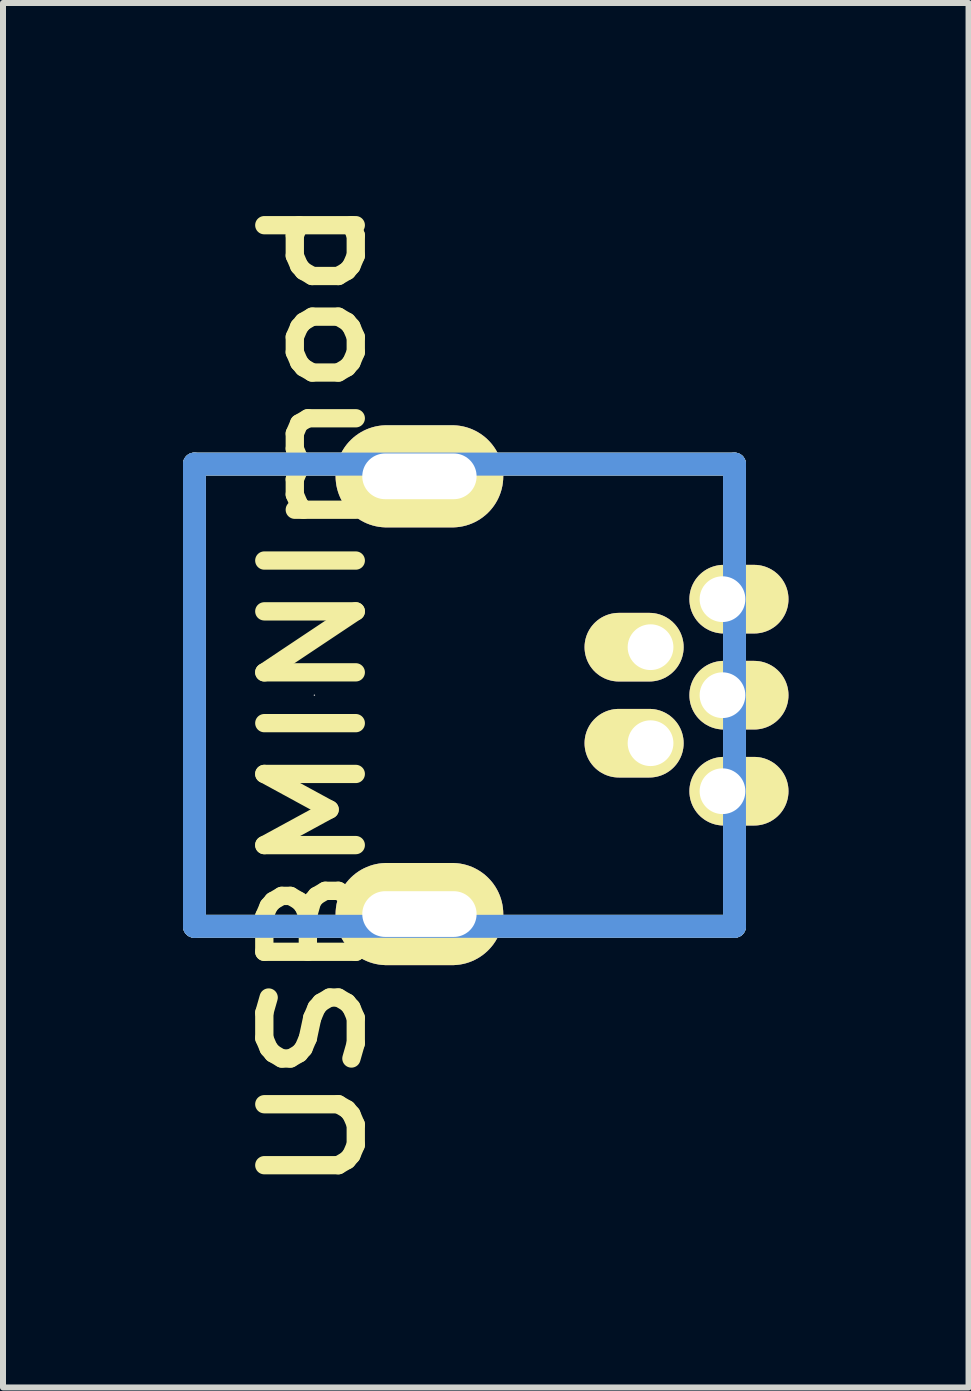
<source format=kicad_pcb>
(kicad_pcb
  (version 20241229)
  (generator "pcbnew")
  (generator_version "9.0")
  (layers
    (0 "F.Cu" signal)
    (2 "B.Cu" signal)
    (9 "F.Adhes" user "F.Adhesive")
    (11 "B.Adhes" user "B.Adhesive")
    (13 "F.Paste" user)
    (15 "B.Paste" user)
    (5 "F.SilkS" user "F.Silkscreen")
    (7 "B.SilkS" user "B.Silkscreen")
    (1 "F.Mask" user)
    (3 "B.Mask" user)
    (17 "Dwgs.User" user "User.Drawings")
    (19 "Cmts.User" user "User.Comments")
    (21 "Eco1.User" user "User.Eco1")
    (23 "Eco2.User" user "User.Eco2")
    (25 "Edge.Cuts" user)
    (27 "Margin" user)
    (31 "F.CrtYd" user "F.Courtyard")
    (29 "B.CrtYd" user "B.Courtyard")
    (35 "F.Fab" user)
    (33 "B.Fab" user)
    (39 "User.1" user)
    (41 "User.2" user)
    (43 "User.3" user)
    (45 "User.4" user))
  (footprint "USBMINImod"
    (layer "F.Cu")
    (at 2.189 8.534)
    (property "Reference" "USBMINImod" (at 0 0 90) (layer "F.SilkS") (effects (font (size 1.524 1.778) (thickness 0.305))))
    (attr through_hole)
    (fp_line (start -1.999 -3.851) (end 7 -3.851) (stroke (width 0.381) (type solid)) (layer "F.SilkS"))
    (fp_line (start -1.999 3.851) (end -1.999 -3.851) (stroke (width 0.381) (type solid)) (layer "F.SilkS"))
    (fp_line (start 7 -3.851) (end 7 3.851) (stroke (width 0.381) (type solid)) (layer "F.SilkS"))
    (fp_line (start 7 3.851) (end -1.999 3.851) (stroke (width 0.381) (type solid)) (layer "F.SilkS"))
    (fp_line (start -1.999 -3.851) (end 7 -3.851) (stroke (width 0.381) (type solid)) (layer "Dwgs.User"))
    (fp_line (start -1.999 3.851) (end -1.999 -3.851) (stroke (width 0.381) (type solid)) (layer "Dwgs.User"))
    (fp_line (start 0 0) (end 0 0) (stroke (width 0.025) (type solid)) (layer "Dwgs.User"))
    (fp_line (start 7 -3.851) (end 7 3.851) (stroke (width 0.381) (type solid)) (layer "Dwgs.User"))
    (fp_line (start 7 3.851) (end -1.999 3.851) (stroke (width 0.381) (type solid)) (layer "Dwgs.User"))
    (fp_line (start -1.999 -3.851) (end 7 -3.851) (stroke (width 0.381) (type solid)) (layer "Cmts.User"))
    (fp_line (start -1.999 3.851) (end -1.999 -3.851) (stroke (width 0.381) (type solid)) (layer "Cmts.User"))
    (fp_line (start 7 -3.851) (end 7 3.851) (stroke (width 0.381) (type solid)) (layer "Cmts.User"))
    (fp_line (start 7 3.851) (end -1.999 3.851) (stroke (width 0.381) (type solid)) (layer "Cmts.User"))
    (pad "1" thru_hole oval (at 6.8 -1.6) (size 1.651 1.143) (drill 0.762 (offset 0.274 0)) (layers "*.Cu" "*.Mask" "F.SilkS"))
    (pad "2" thru_hole oval (at 5.601 -0.8) (size 1.651 1.143) (drill 0.762 (offset -0.274 0)) (layers "*.Cu" "*.Mask" "F.SilkS"))
    (pad "3" thru_hole oval (at 6.8 0) (size 1.651 1.143) (drill 0.762 (offset 0.274 0)) (layers "*.Cu" "*.Mask" "F.SilkS"))
    (pad "4" thru_hole oval (at 5.601 0.8) (size 1.651 1.143) (drill 0.762 (offset -0.274 0)) (layers "*.Cu" "*.Mask" "F.SilkS"))
    (pad "5" thru_hole oval (at 6.8 1.6) (size 1.651 1.143) (drill 0.762 (offset 0.274 0)) (layers "*.Cu" "*.Mask" "F.SilkS"))
    (pad "6" thru_hole oval (at 1.75 -3.647) (size 2.794 1.702) (drill oval 1.905 0.762) (layers "*.Cu" "*.Mask" "F.SilkS"))
    (pad "6" thru_hole oval (at 1.75 3.647) (size 2.794 1.702) (drill oval 1.905 0.762) (layers "*.Cu" "*.Mask" "F.SilkS")))
  (gr_rect
    (start -3 -3)
    (end 13.089 20.069)
    (stroke (width 0.1) (type default))
    (fill no)
    (layer "Edge.Cuts")))
</source>
